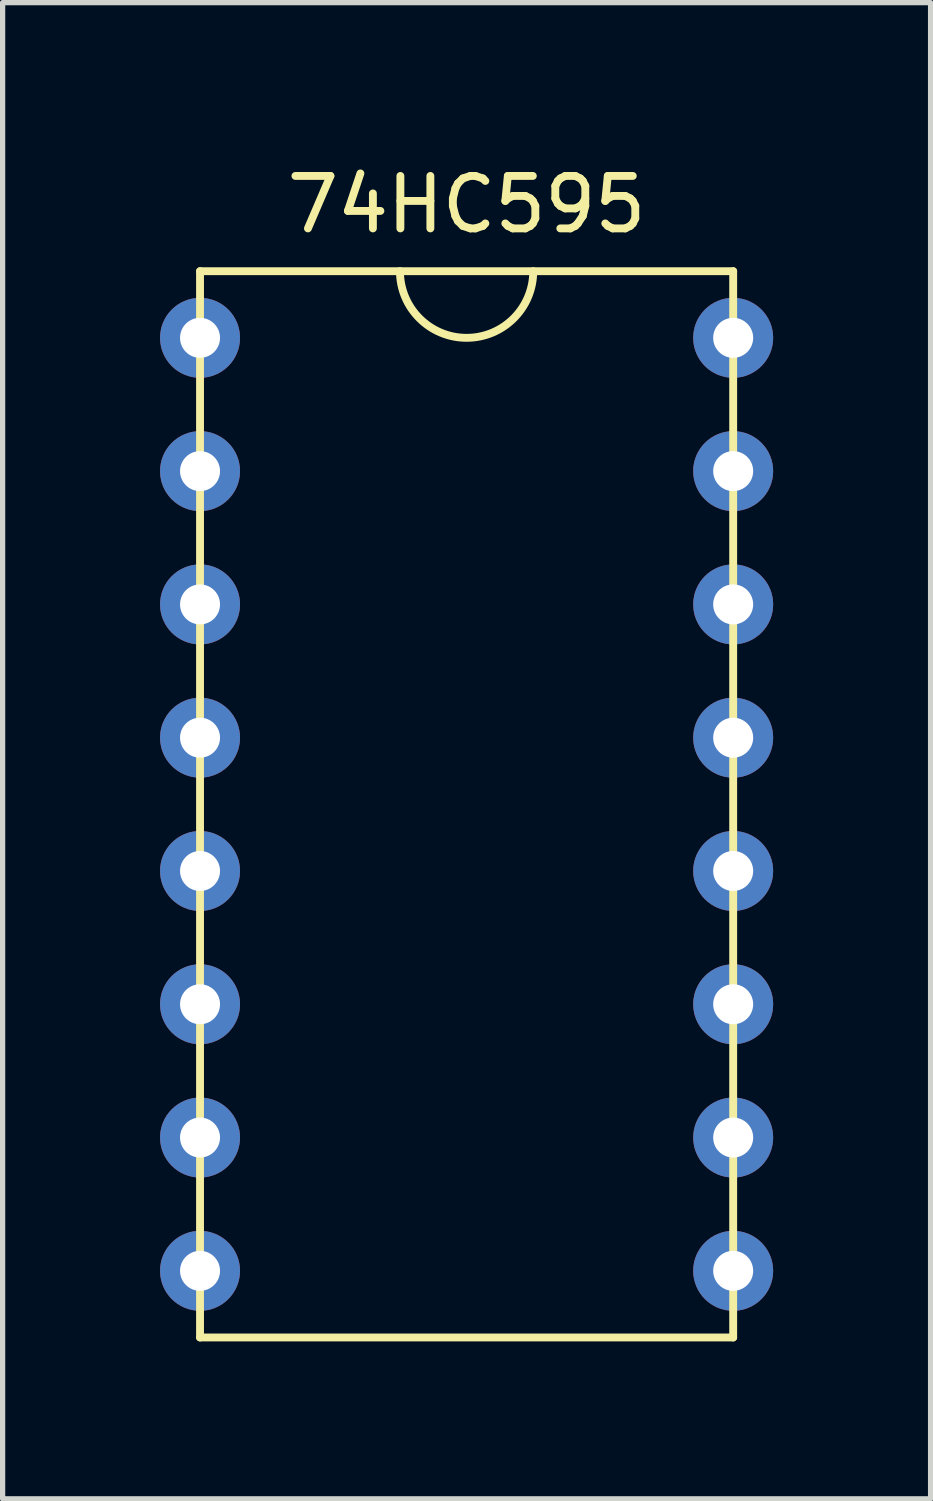
<source format=kicad_pcb>
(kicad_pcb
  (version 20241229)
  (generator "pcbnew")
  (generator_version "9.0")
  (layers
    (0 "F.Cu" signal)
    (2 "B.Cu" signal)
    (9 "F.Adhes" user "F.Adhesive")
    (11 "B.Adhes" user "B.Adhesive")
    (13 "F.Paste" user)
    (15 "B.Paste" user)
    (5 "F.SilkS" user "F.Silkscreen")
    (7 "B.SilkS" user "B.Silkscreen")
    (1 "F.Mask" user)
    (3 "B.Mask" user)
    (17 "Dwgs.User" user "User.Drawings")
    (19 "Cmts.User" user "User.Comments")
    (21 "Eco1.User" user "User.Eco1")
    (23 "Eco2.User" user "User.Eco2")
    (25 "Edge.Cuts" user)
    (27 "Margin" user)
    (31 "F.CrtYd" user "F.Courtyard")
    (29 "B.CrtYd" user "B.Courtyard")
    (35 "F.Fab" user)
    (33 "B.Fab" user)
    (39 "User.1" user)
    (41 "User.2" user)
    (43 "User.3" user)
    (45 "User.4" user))
  (footprint "74HC595"
    (layer "F.Cu")
    (at 5.842 13.548)
    (property "Reference" "74HC595" (at 0 -12.7 0) (layer "F.SilkS") (effects (font (size 1 1) (thickness 0.15))))
    (attr through_hole)
    (fp_line (start -5.08 -11.43) (end 5.08 -11.43) (stroke (width 0.15) (type solid)) (layer "F.SilkS"))
    (fp_line (start -5.08 8.89) (end -5.08 -11.43) (stroke (width 0.15) (type solid)) (layer "F.SilkS"))
    (fp_line (start 5.08 -11.43) (end 5.08 8.89) (stroke (width 0.15) (type solid)) (layer "F.SilkS"))
    (fp_line (start 5.08 8.89) (end -5.08 8.89) (stroke (width 0.15) (type solid)) (layer "F.SilkS"))
    (fp_arc (start 1.27 -11.43) (mid 0 -10.16) (end -1.27 -11.43) (stroke (width 0.15) (type solid)) (layer "F.SilkS"))
    (pad "1" thru_hole circle (at -5.08 -10.16) (size 1.524 1.524) (drill 0.762) (layers "*.Cu" "*.Mask"))
    (pad "2" thru_hole circle (at -5.08 -7.62) (size 1.524 1.524) (drill 0.762) (layers "*.Cu" "*.Mask"))
    (pad "3" thru_hole circle (at -5.08 -5.08) (size 1.524 1.524) (drill 0.762) (layers "*.Cu" "*.Mask"))
    (pad "4" thru_hole circle (at -5.08 -2.54) (size 1.524 1.524) (drill 0.762) (layers "*.Cu" "*.Mask"))
    (pad "5" thru_hole circle (at -5.08 0) (size 1.524 1.524) (drill 0.762) (layers "*.Cu" "*.Mask"))
    (pad "6" thru_hole circle (at -5.08 2.54) (size 1.524 1.524) (drill 0.762) (layers "*.Cu" "*.Mask"))
    (pad "7" thru_hole circle (at -5.08 5.08) (size 1.524 1.524) (drill 0.762) (layers "*.Cu" "*.Mask"))
    (pad "8" thru_hole circle (at -5.08 7.62) (size 1.524 1.524) (drill 0.762) (layers "*.Cu" "*.Mask"))
    (pad "9" thru_hole circle (at 5.08 7.62) (size 1.524 1.524) (drill 0.762) (layers "*.Cu" "*.Mask"))
    (pad "10" thru_hole circle (at 5.08 5.08) (size 1.524 1.524) (drill 0.762) (layers "*.Cu" "*.Mask"))
    (pad "11" thru_hole circle (at 5.08 2.54) (size 1.524 1.524) (drill 0.762) (layers "*.Cu" "*.Mask"))
    (pad "12" thru_hole circle (at 5.08 0) (size 1.524 1.524) (drill 0.762) (layers "*.Cu" "*.Mask"))
    (pad "13" thru_hole circle (at 5.08 -2.54) (size 1.524 1.524) (drill 0.762) (layers "*.Cu" "*.Mask"))
    (pad "14" thru_hole circle (at 5.08 -5.08) (size 1.524 1.524) (drill 0.762) (layers "*.Cu" "*.Mask"))
    (pad "15" thru_hole circle (at 5.08 -7.62) (size 1.524 1.524) (drill 0.762) (layers "*.Cu" "*.Mask"))
    (pad "16" thru_hole circle (at 5.08 -10.16) (size 1.524 1.524) (drill 0.762) (layers "*.Cu" "*.Mask")))
  (gr_rect
    (start -3 -3)
    (end 14.684 25.513)
    (stroke (width 0.1) (type default))
    (fill no)
    (layer "Edge.Cuts")))
</source>
